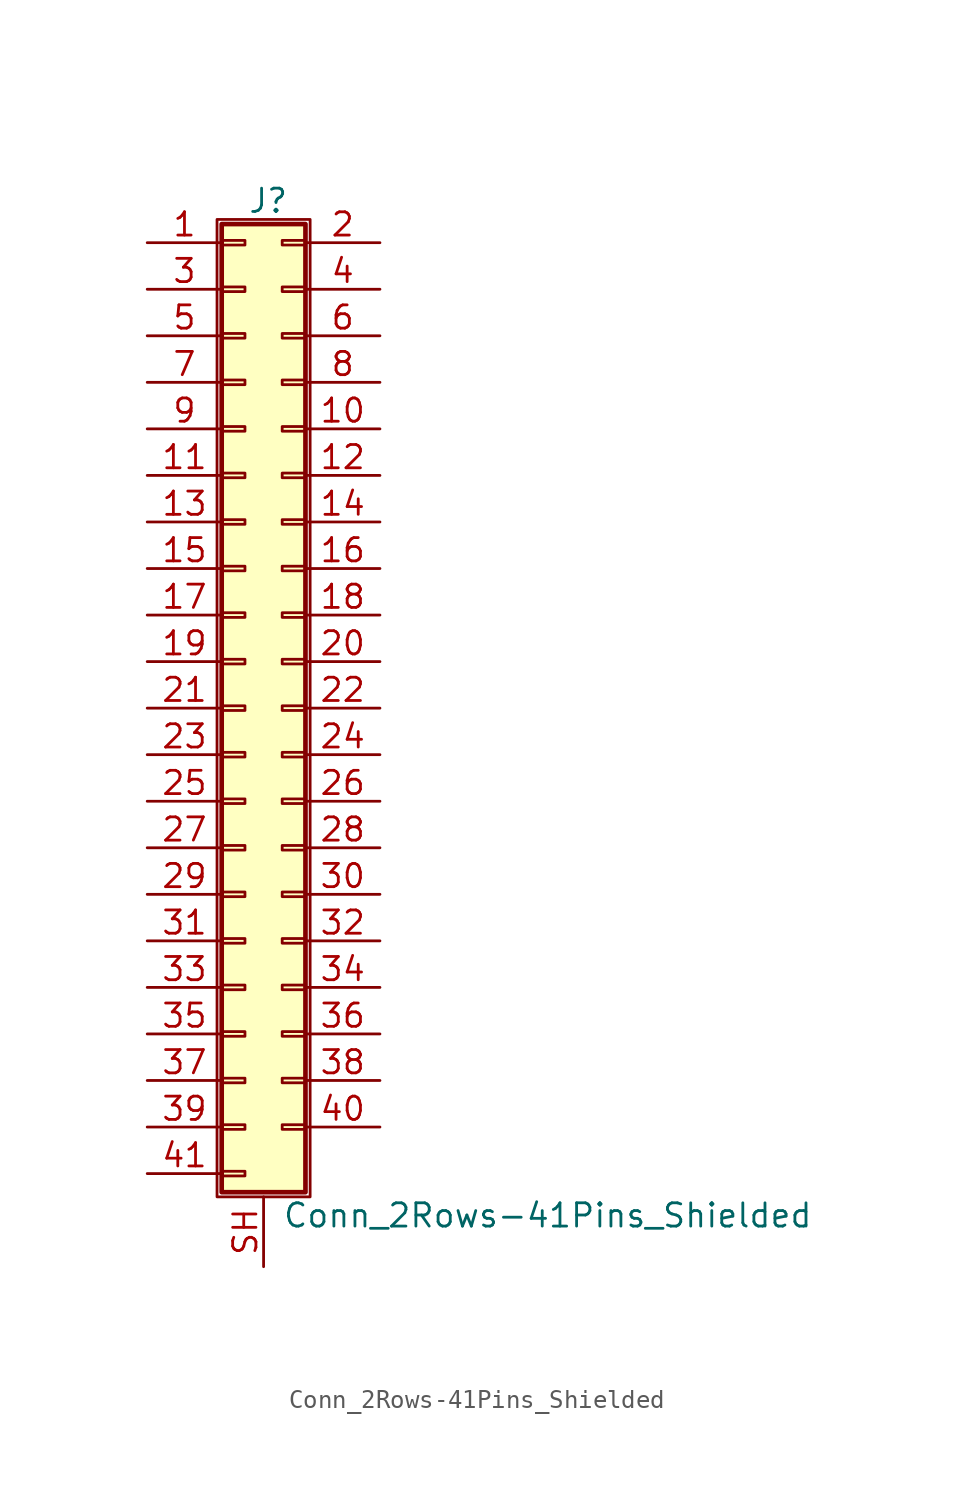
<source format=kicad_sym>
(kicad_symbol_lib
  (version 20201005)
  (generator kicad_symbol_editor)
  (symbol "Conn_2Rows-41Pins_Shielded"
    (pin_names
      (offset 1.016) hide)
    (property "Reference" "J"
      (at 1.524 27.686 0)
      (effects (font (size 1.27 1.27))))
    (property "Value" "Conn_2Rows-41Pins_Shielded"
      (at 2.286 -27.686 0)
      (effects (font (size 1.27 1.27)) (justify left)))
    (symbol "Conn_2Rows-41Pins_Shielded_1_1"
      (rectangle (start -1.27 26.67) (end 3.81 -26.67) (stroke (width 0.152)) (fill (type none)))
      (rectangle (start -1.016 -25.273) (end 0.254 -25.527) (stroke (width 0.152)) (fill (type none)))
      (rectangle (start -1.016 -22.733) (end 0.254 -22.987) (stroke (width 0.152)) (fill (type none)))
      (rectangle (start -1.016 -20.193) (end 0.254 -20.447) (stroke (width 0.152)) (fill (type none)))
      (rectangle (start -1.016 -17.653) (end 0.254 -17.907) (stroke (width 0.152)) (fill (type none)))
      (rectangle (start -1.016 -15.113) (end 0.254 -15.367) (stroke (width 0.152)) (fill (type none)))
      (rectangle (start -1.016 -12.573) (end 0.254 -12.827) (stroke (width 0.152)) (fill (type none)))
      (rectangle (start -1.016 -10.033) (end 0.254 -10.287) (stroke (width 0.152)) (fill (type none)))
      (rectangle (start -1.016 -7.493) (end 0.254 -7.747) (stroke (width 0.152)) (fill (type none)))
      (rectangle (start -1.016 -4.953) (end 0.254 -5.207) (stroke (width 0.152)) (fill (type none)))
      (rectangle (start -1.016 -2.413) (end 0.254 -2.667) (stroke (width 0.152)) (fill (type none)))
      (rectangle (start -1.016 0.127) (end 0.254 -0.127) (stroke (width 0.152)) (fill (type none)))
      (rectangle (start -1.016 2.667) (end 0.254 2.413) (stroke (width 0.152)) (fill (type none)))
      (rectangle (start -1.016 5.207) (end 0.254 4.953) (stroke (width 0.152)) (fill (type none)))
      (rectangle (start -1.016 7.747) (end 0.254 7.493) (stroke (width 0.152)) (fill (type none)))
      (rectangle (start -1.016 10.287) (end 0.254 10.033) (stroke (width 0.152)) (fill (type none)))
      (rectangle (start -1.016 12.827) (end 0.254 12.573) (stroke (width 0.152)) (fill (type none)))
      (rectangle (start -1.016 15.367) (end 0.254 15.113) (stroke (width 0.152)) (fill (type none)))
      (rectangle (start -1.016 17.907) (end 0.254 17.653) (stroke (width 0.152)) (fill (type none)))
      (rectangle (start -1.016 20.447) (end 0.254 20.193) (stroke (width 0.152)) (fill (type none)))
      (rectangle (start -1.016 22.987) (end 0.254 22.733) (stroke (width 0.152)) (fill (type none)))
      (rectangle (start -1.016 25.527) (end 0.254 25.273) (stroke (width 0.152)) (fill (type none)))
      (rectangle (start 3.556 -22.733) (end 2.286 -22.987) (stroke (width 0.152)) (fill (type none)))
      (rectangle (start 3.556 -20.193) (end 2.286 -20.447) (stroke (width 0.152)) (fill (type none)))
      (rectangle (start 3.556 -17.653) (end 2.286 -17.907) (stroke (width 0.152)) (fill (type none)))
      (rectangle (start 3.556 -15.113) (end 2.286 -15.367) (stroke (width 0.152)) (fill (type none)))
      (rectangle (start 3.556 -12.573) (end 2.286 -12.827) (stroke (width 0.152)) (fill (type none)))
      (rectangle (start 3.556 -10.033) (end 2.286 -10.287) (stroke (width 0.152)) (fill (type none)))
      (rectangle (start 3.556 -7.493) (end 2.286 -7.747) (stroke (width 0.152)) (fill (type none)))
      (rectangle (start 3.556 -4.953) (end 2.286 -5.207) (stroke (width 0.152)) (fill (type none)))
      (rectangle (start 3.556 -2.413) (end 2.286 -2.667) (stroke (width 0.152)) (fill (type none)))
      (rectangle (start 3.556 0.127) (end 2.286 -0.127) (stroke (width 0.152)) (fill (type none)))
      (rectangle (start 3.556 2.667) (end 2.286 2.413) (stroke (width 0.152)) (fill (type none)))
      (rectangle (start 3.556 5.207) (end 2.286 4.953) (stroke (width 0.152)) (fill (type none)))
      (rectangle (start 3.556 7.747) (end 2.286 7.493) (stroke (width 0.152)) (fill (type none)))
      (rectangle (start 3.556 10.287) (end 2.286 10.033) (stroke (width 0.152)) (fill (type none)))
      (rectangle (start 3.556 12.827) (end 2.286 12.573) (stroke (width 0.152)) (fill (type none)))
      (rectangle (start 3.556 15.367) (end 2.286 15.113) (stroke (width 0.152)) (fill (type none)))
      (rectangle (start 3.556 17.907) (end 2.286 17.653) (stroke (width 0.152)) (fill (type none)))
      (rectangle (start 3.556 20.447) (end 2.286 20.193) (stroke (width 0.152)) (fill (type none)))
      (rectangle (start 3.556 22.987) (end 2.286 22.733) (stroke (width 0.152)) (fill (type none)))
      (rectangle (start 3.556 25.527) (end 2.286 25.273) (stroke (width 0.152)) (fill (type none)))
      (rectangle (start -1.016 26.416) (end 3.556 -26.416) (stroke (width 0.254)) (fill (type background)))
      (pin passive line (at -5.08 25.4 0) (length 4.064) (name "Pin_1" (effects (font (size 1.27 1.27)))) (number "1" (effects (font (size 1.27 1.27)))))
      (pin passive line (at 7.62 15.24 180) (length 4.064) (name "Pin_10" (effects (font (size 1.27 1.27)))) (number "10" (effects (font (size 1.27 1.27)))))
      (pin passive line (at -5.08 12.7 0) (length 4.064) (name "Pin_11" (effects (font (size 1.27 1.27)))) (number "11" (effects (font (size 1.27 1.27)))))
      (pin passive line (at 7.62 12.7 180) (length 4.064) (name "Pin_12" (effects (font (size 1.27 1.27)))) (number "12" (effects (font (size 1.27 1.27)))))
      (pin passive line (at -5.08 10.16 0) (length 4.064) (name "Pin_13" (effects (font (size 1.27 1.27)))) (number "13" (effects (font (size 1.27 1.27)))))
      (pin passive line (at 7.62 10.16 180) (length 4.064) (name "Pin_14" (effects (font (size 1.27 1.27)))) (number "14" (effects (font (size 1.27 1.27)))))
      (pin passive line (at -5.08 7.62 0) (length 4.064) (name "Pin_15" (effects (font (size 1.27 1.27)))) (number "15" (effects (font (size 1.27 1.27)))))
      (pin passive line (at 7.62 7.62 180) (length 4.064) (name "Pin_16" (effects (font (size 1.27 1.27)))) (number "16" (effects (font (size 1.27 1.27)))))
      (pin passive line (at -5.08 5.08 0) (length 4.064) (name "Pin_17" (effects (font (size 1.27 1.27)))) (number "17" (effects (font (size 1.27 1.27)))))
      (pin passive line (at 7.62 5.08 180) (length 4.064) (name "Pin_18" (effects (font (size 1.27 1.27)))) (number "18" (effects (font (size 1.27 1.27)))))
      (pin passive line (at -5.08 2.54 0) (length 4.064) (name "Pin_19" (effects (font (size 1.27 1.27)))) (number "19" (effects (font (size 1.27 1.27)))))
      (pin passive line (at 7.62 25.4 180) (length 4.064) (name "Pin_2" (effects (font (size 1.27 1.27)))) (number "2" (effects (font (size 1.27 1.27)))))
      (pin passive line (at 7.62 2.54 180) (length 4.064) (name "Pin_20" (effects (font (size 1.27 1.27)))) (number "20" (effects (font (size 1.27 1.27)))))
      (pin passive line (at -5.08 0 0) (length 4.064) (name "Pin_21" (effects (font (size 1.27 1.27)))) (number "21" (effects (font (size 1.27 1.27)))))
      (pin passive line (at 7.62 0 180) (length 4.064) (name "Pin_22" (effects (font (size 1.27 1.27)))) (number "22" (effects (font (size 1.27 1.27)))))
      (pin passive line (at -5.08 -2.54 0) (length 4.064) (name "Pin_23" (effects (font (size 1.27 1.27)))) (number "23" (effects (font (size 1.27 1.27)))))
      (pin passive line (at 7.62 -2.54 180) (length 4.064) (name "Pin_24" (effects (font (size 1.27 1.27)))) (number "24" (effects (font (size 1.27 1.27)))))
      (pin passive line (at -5.08 -5.08 0) (length 4.064) (name "Pin_25" (effects (font (size 1.27 1.27)))) (number "25" (effects (font (size 1.27 1.27)))))
      (pin passive line (at 7.62 -5.08 180) (length 4.064) (name "Pin_26" (effects (font (size 1.27 1.27)))) (number "26" (effects (font (size 1.27 1.27)))))
      (pin passive line (at -5.08 -7.62 0) (length 4.064) (name "Pin_27" (effects (font (size 1.27 1.27)))) (number "27" (effects (font (size 1.27 1.27)))))
      (pin passive line (at 7.62 -7.62 180) (length 4.064) (name "Pin_28" (effects (font (size 1.27 1.27)))) (number "28" (effects (font (size 1.27 1.27)))))
      (pin passive line (at -5.08 -10.16 0) (length 4.064) (name "Pin_29" (effects (font (size 1.27 1.27)))) (number "29" (effects (font (size 1.27 1.27)))))
      (pin passive line (at -5.08 22.86 0) (length 4.064) (name "Pin_3" (effects (font (size 1.27 1.27)))) (number "3" (effects (font (size 1.27 1.27)))))
      (pin passive line (at 7.62 -10.16 180) (length 4.064) (name "Pin_30" (effects (font (size 1.27 1.27)))) (number "30" (effects (font (size 1.27 1.27)))))
      (pin passive line (at -5.08 -12.7 0) (length 4.064) (name "Pin_31" (effects (font (size 1.27 1.27)))) (number "31" (effects (font (size 1.27 1.27)))))
      (pin passive line (at 7.62 -12.7 180) (length 4.064) (name "Pin_32" (effects (font (size 1.27 1.27)))) (number "32" (effects (font (size 1.27 1.27)))))
      (pin passive line (at -5.08 -15.24 0) (length 4.064) (name "Pin_33" (effects (font (size 1.27 1.27)))) (number "33" (effects (font (size 1.27 1.27)))))
      (pin passive line (at 7.62 -15.24 180) (length 4.064) (name "Pin_34" (effects (font (size 1.27 1.27)))) (number "34" (effects (font (size 1.27 1.27)))))
      (pin passive line (at -5.08 -17.78 0) (length 4.064) (name "Pin_35" (effects (font (size 1.27 1.27)))) (number "35" (effects (font (size 1.27 1.27)))))
      (pin passive line (at 7.62 -17.78 180) (length 4.064) (name "Pin_36" (effects (font (size 1.27 1.27)))) (number "36" (effects (font (size 1.27 1.27)))))
      (pin passive line (at -5.08 -20.32 0) (length 4.064) (name "Pin_37" (effects (font (size 1.27 1.27)))) (number "37" (effects (font (size 1.27 1.27)))))
      (pin passive line (at 7.62 -20.32 180) (length 4.064) (name "Pin_38" (effects (font (size 1.27 1.27)))) (number "38" (effects (font (size 1.27 1.27)))))
      (pin passive line (at -5.08 -22.86 0) (length 4.064) (name "Pin_39" (effects (font (size 1.27 1.27)))) (number "39" (effects (font (size 1.27 1.27)))))
      (pin passive line (at 7.62 22.86 180) (length 4.064) (name "Pin_4" (effects (font (size 1.27 1.27)))) (number "4" (effects (font (size 1.27 1.27)))))
      (pin passive line (at 7.62 -22.86 180) (length 4.064) (name "Pin_40" (effects (font (size 1.27 1.27)))) (number "40" (effects (font (size 1.27 1.27)))))
      (pin passive line (at -5.08 -25.4 0) (length 4.064) (name "Pin_41" (effects (font (size 1.27 1.27)))) (number "41" (effects (font (size 1.27 1.27)))))
      (pin passive line (at -5.08 20.32 0) (length 4.064) (name "Pin_5" (effects (font (size 1.27 1.27)))) (number "5" (effects (font (size 1.27 1.27)))))
      (pin passive line (at 7.62 20.32 180) (length 4.064) (name "Pin_6" (effects (font (size 1.27 1.27)))) (number "6" (effects (font (size 1.27 1.27)))))
      (pin passive line (at -5.08 17.78 0) (length 4.064) (name "Pin_7" (effects (font (size 1.27 1.27)))) (number "7" (effects (font (size 1.27 1.27)))))
      (pin passive line (at 7.62 17.78 180) (length 4.064) (name "Pin_8" (effects (font (size 1.27 1.27)))) (number "8" (effects (font (size 1.27 1.27)))))
      (pin passive line (at -5.08 15.24 0) (length 4.064) (name "Pin_9" (effects (font (size 1.27 1.27)))) (number "9" (effects (font (size 1.27 1.27)))))
      (pin passive line (at 1.27 -30.48 90) (length 3.81) (name "Shield" (effects (font (size 1.27 1.27)))) (number "SH" (effects (font (size 1.27 1.27))))))))
</source>
